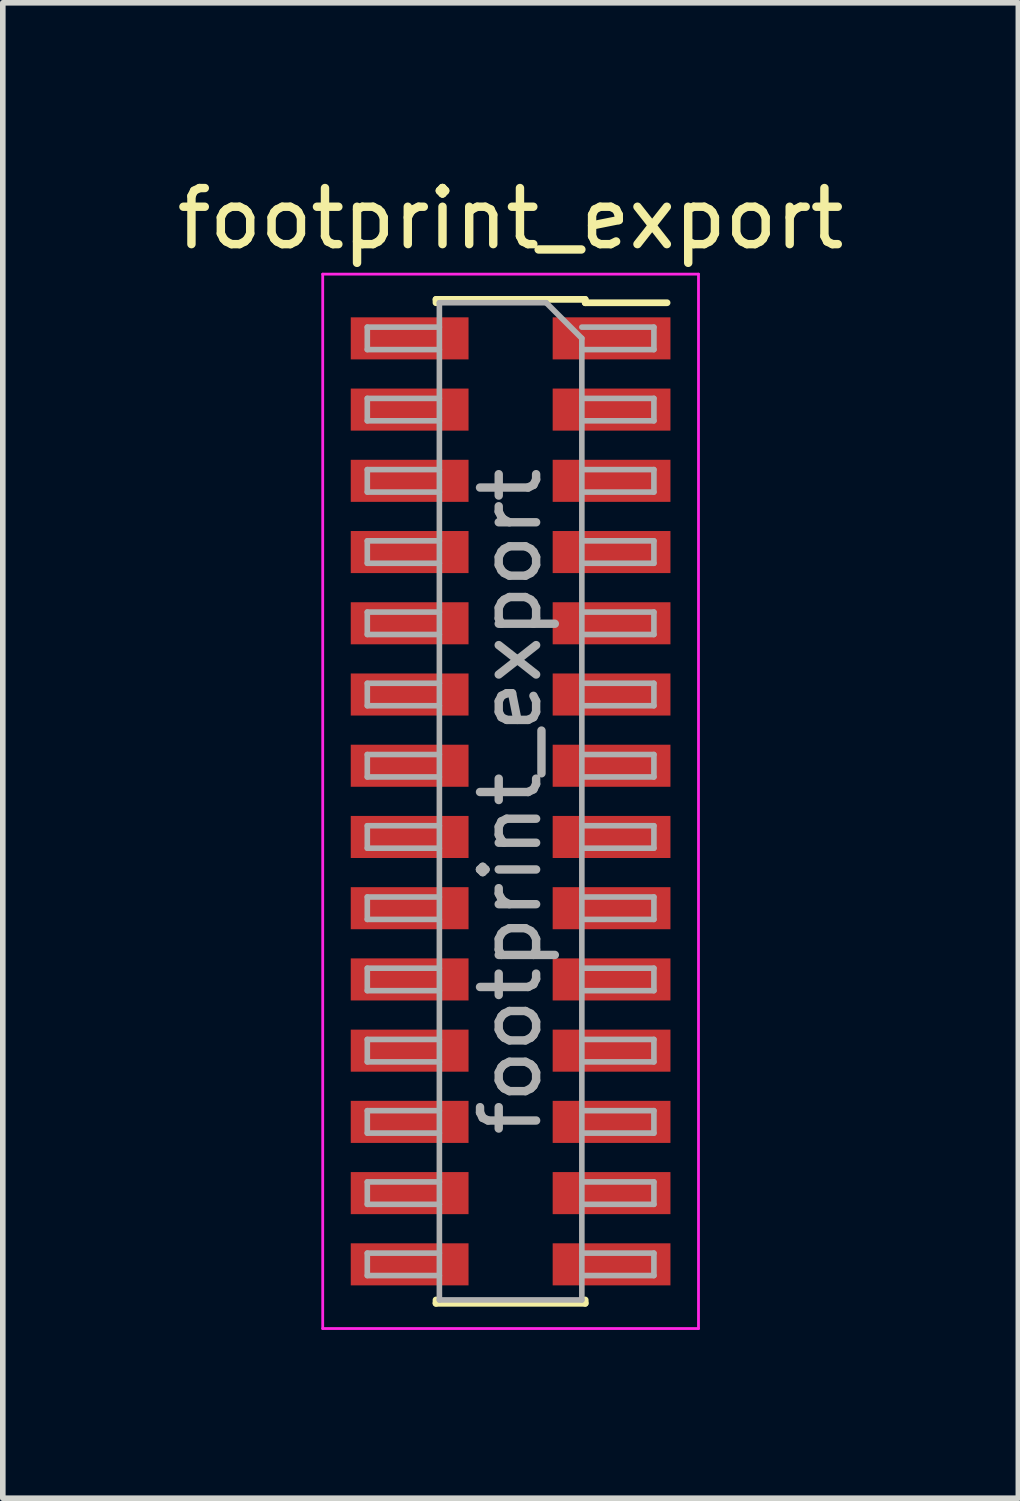
<source format=kicad_pcb>
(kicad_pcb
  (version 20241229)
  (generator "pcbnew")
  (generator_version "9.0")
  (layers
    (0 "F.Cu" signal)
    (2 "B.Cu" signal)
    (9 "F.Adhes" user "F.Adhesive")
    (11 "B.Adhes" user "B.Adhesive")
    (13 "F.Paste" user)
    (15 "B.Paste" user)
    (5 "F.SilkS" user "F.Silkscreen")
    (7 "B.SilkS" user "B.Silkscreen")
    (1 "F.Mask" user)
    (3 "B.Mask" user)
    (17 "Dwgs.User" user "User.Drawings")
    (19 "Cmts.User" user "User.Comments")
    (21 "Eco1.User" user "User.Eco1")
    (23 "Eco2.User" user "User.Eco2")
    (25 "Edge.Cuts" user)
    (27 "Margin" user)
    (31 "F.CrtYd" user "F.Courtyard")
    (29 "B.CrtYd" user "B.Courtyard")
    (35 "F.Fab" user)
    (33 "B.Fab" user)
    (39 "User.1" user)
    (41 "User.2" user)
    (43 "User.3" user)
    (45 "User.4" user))
  (footprint "footprint_export"
    (layer "F.Cu")
    (at 6.054 11.238)
    (property "Reference" "footprint_export" (at 0 -10.39 0) (layer "F.SilkS") (effects (font (size 1 1) (thickness 0.15))))
    (attr smd)
    (fp_line (start -1.33 -8.95) (end -1.33 -8.89) (stroke (width 0.12) (type solid)) (layer "F.SilkS"))
    (fp_line (start -1.33 -8.95) (end 1.33 -8.95) (stroke (width 0.12) (type solid)) (layer "F.SilkS"))
    (fp_line (start -1.33 8.89) (end -1.33 8.95) (stroke (width 0.12) (type solid)) (layer "F.SilkS"))
    (fp_line (start -1.33 8.95) (end 1.33 8.95) (stroke (width 0.12) (type solid)) (layer "F.SilkS"))
    (fp_line (start 1.33 -8.95) (end 1.33 -8.89) (stroke (width 0.12) (type solid)) (layer "F.SilkS"))
    (fp_line (start 1.33 -8.89) (end 2.79 -8.89) (stroke (width 0.12) (type solid)) (layer "F.SilkS"))
    (fp_line (start 1.33 8.89) (end 1.33 8.95) (stroke (width 0.12) (type solid)) (layer "F.SilkS"))
    (fp_line (start -3.35 -9.4) (end 3.35 -9.4) (stroke (width 0.05) (type solid)) (layer "F.CrtYd"))
    (fp_line (start -3.35 9.4) (end -3.35 -9.4) (stroke (width 0.05) (type solid)) (layer "F.CrtYd"))
    (fp_line (start 3.35 -9.4) (end 3.35 9.4) (stroke (width 0.05) (type solid)) (layer "F.CrtYd"))
    (fp_line (start 3.35 9.4) (end -3.35 9.4) (stroke (width 0.05) (type solid)) (layer "F.CrtYd"))
    (fp_line (start -2.555 -8.455) (end -1.27 -8.455) (stroke (width 0.1) (type solid)) (layer "F.Fab"))
    (fp_line (start -2.555 -8.055) (end -2.555 -8.455) (stroke (width 0.1) (type solid)) (layer "F.Fab"))
    (fp_line (start -2.555 -7.185) (end -1.27 -7.185) (stroke (width 0.1) (type solid)) (layer "F.Fab"))
    (fp_line (start -2.555 -6.785) (end -2.555 -7.185) (stroke (width 0.1) (type solid)) (layer "F.Fab"))
    (fp_line (start -2.555 -5.915) (end -1.27 -5.915) (stroke (width 0.1) (type solid)) (layer "F.Fab"))
    (fp_line (start -2.555 -5.515) (end -2.555 -5.915) (stroke (width 0.1) (type solid)) (layer "F.Fab"))
    (fp_line (start -2.555 -4.645) (end -1.27 -4.645) (stroke (width 0.1) (type solid)) (layer "F.Fab"))
    (fp_line (start -2.555 -4.245) (end -2.555 -4.645) (stroke (width 0.1) (type solid)) (layer "F.Fab"))
    (fp_line (start -2.555 -3.375) (end -1.27 -3.375) (stroke (width 0.1) (type solid)) (layer "F.Fab"))
    (fp_line (start -2.555 -2.975) (end -2.555 -3.375) (stroke (width 0.1) (type solid)) (layer "F.Fab"))
    (fp_line (start -2.555 -2.105) (end -1.27 -2.105) (stroke (width 0.1) (type solid)) (layer "F.Fab"))
    (fp_line (start -2.555 -1.705) (end -2.555 -2.105) (stroke (width 0.1) (type solid)) (layer "F.Fab"))
    (fp_line (start -2.555 -0.835) (end -1.27 -0.835) (stroke (width 0.1) (type solid)) (layer "F.Fab"))
    (fp_line (start -2.555 -0.435) (end -2.555 -0.835) (stroke (width 0.1) (type solid)) (layer "F.Fab"))
    (fp_line (start -2.555 0.435) (end -1.27 0.435) (stroke (width 0.1) (type solid)) (layer "F.Fab"))
    (fp_line (start -2.555 0.835) (end -2.555 0.435) (stroke (width 0.1) (type solid)) (layer "F.Fab"))
    (fp_line (start -2.555 1.705) (end -1.27 1.705) (stroke (width 0.1) (type solid)) (layer "F.Fab"))
    (fp_line (start -2.555 2.105) (end -2.555 1.705) (stroke (width 0.1) (type solid)) (layer "F.Fab"))
    (fp_line (start -2.555 2.975) (end -1.27 2.975) (stroke (width 0.1) (type solid)) (layer "F.Fab"))
    (fp_line (start -2.555 3.375) (end -2.555 2.975) (stroke (width 0.1) (type solid)) (layer "F.Fab"))
    (fp_line (start -2.555 4.245) (end -1.27 4.245) (stroke (width 0.1) (type solid)) (layer "F.Fab"))
    (fp_line (start -2.555 4.645) (end -2.555 4.245) (stroke (width 0.1) (type solid)) (layer "F.Fab"))
    (fp_line (start -2.555 5.515) (end -1.27 5.515) (stroke (width 0.1) (type solid)) (layer "F.Fab"))
    (fp_line (start -2.555 5.915) (end -2.555 5.515) (stroke (width 0.1) (type solid)) (layer "F.Fab"))
    (fp_line (start -2.555 6.785) (end -1.27 6.785) (stroke (width 0.1) (type solid)) (layer "F.Fab"))
    (fp_line (start -2.555 7.185) (end -2.555 6.785) (stroke (width 0.1) (type solid)) (layer "F.Fab"))
    (fp_line (start -2.555 8.055) (end -1.27 8.055) (stroke (width 0.1) (type solid)) (layer "F.Fab"))
    (fp_line (start -2.555 8.455) (end -2.555 8.055) (stroke (width 0.1) (type solid)) (layer "F.Fab"))
    (fp_line (start -1.27 -8.89) (end 0.635 -8.89) (stroke (width 0.1) (type solid)) (layer "F.Fab"))
    (fp_line (start -1.27 -8.055) (end -2.555 -8.055) (stroke (width 0.1) (type solid)) (layer "F.Fab"))
    (fp_line (start -1.27 -6.785) (end -2.555 -6.785) (stroke (width 0.1) (type solid)) (layer "F.Fab"))
    (fp_line (start -1.27 -5.515) (end -2.555 -5.515) (stroke (width 0.1) (type solid)) (layer "F.Fab"))
    (fp_line (start -1.27 -4.245) (end -2.555 -4.245) (stroke (width 0.1) (type solid)) (layer "F.Fab"))
    (fp_line (start -1.27 -2.975) (end -2.555 -2.975) (stroke (width 0.1) (type solid)) (layer "F.Fab"))
    (fp_line (start -1.27 -1.705) (end -2.555 -1.705) (stroke (width 0.1) (type solid)) (layer "F.Fab"))
    (fp_line (start -1.27 -0.435) (end -2.555 -0.435) (stroke (width 0.1) (type solid)) (layer "F.Fab"))
    (fp_line (start -1.27 0.835) (end -2.555 0.835) (stroke (width 0.1) (type solid)) (layer "F.Fab"))
    (fp_line (start -1.27 2.105) (end -2.555 2.105) (stroke (width 0.1) (type solid)) (layer "F.Fab"))
    (fp_line (start -1.27 3.375) (end -2.555 3.375) (stroke (width 0.1) (type solid)) (layer "F.Fab"))
    (fp_line (start -1.27 4.645) (end -2.555 4.645) (stroke (width 0.1) (type solid)) (layer "F.Fab"))
    (fp_line (start -1.27 5.915) (end -2.555 5.915) (stroke (width 0.1) (type solid)) (layer "F.Fab"))
    (fp_line (start -1.27 7.185) (end -2.555 7.185) (stroke (width 0.1) (type solid)) (layer "F.Fab"))
    (fp_line (start -1.27 8.455) (end -2.555 8.455) (stroke (width 0.1) (type solid)) (layer "F.Fab"))
    (fp_line (start -1.27 8.89) (end -1.27 -8.89) (stroke (width 0.1) (type solid)) (layer "F.Fab"))
    (fp_line (start 0.635 -8.89) (end 1.27 -8.255) (stroke (width 0.1) (type solid)) (layer "F.Fab"))
    (fp_line (start 1.27 -8.455) (end 2.555 -8.455) (stroke (width 0.1) (type solid)) (layer "F.Fab"))
    (fp_line (start 1.27 -8.255) (end 1.27 8.89) (stroke (width 0.1) (type solid)) (layer "F.Fab"))
    (fp_line (start 1.27 -7.185) (end 2.555 -7.185) (stroke (width 0.1) (type solid)) (layer "F.Fab"))
    (fp_line (start 1.27 -5.915) (end 2.555 -5.915) (stroke (width 0.1) (type solid)) (layer "F.Fab"))
    (fp_line (start 1.27 -4.645) (end 2.555 -4.645) (stroke (width 0.1) (type solid)) (layer "F.Fab"))
    (fp_line (start 1.27 -3.375) (end 2.555 -3.375) (stroke (width 0.1) (type solid)) (layer "F.Fab"))
    (fp_line (start 1.27 -2.105) (end 2.555 -2.105) (stroke (width 0.1) (type solid)) (layer "F.Fab"))
    (fp_line (start 1.27 -0.835) (end 2.555 -0.835) (stroke (width 0.1) (type solid)) (layer "F.Fab"))
    (fp_line (start 1.27 0.435) (end 2.555 0.435) (stroke (width 0.1) (type solid)) (layer "F.Fab"))
    (fp_line (start 1.27 1.705) (end 2.555 1.705) (stroke (width 0.1) (type solid)) (layer "F.Fab"))
    (fp_line (start 1.27 2.975) (end 2.555 2.975) (stroke (width 0.1) (type solid)) (layer "F.Fab"))
    (fp_line (start 1.27 4.245) (end 2.555 4.245) (stroke (width 0.1) (type solid)) (layer "F.Fab"))
    (fp_line (start 1.27 5.515) (end 2.555 5.515) (stroke (width 0.1) (type solid)) (layer "F.Fab"))
    (fp_line (start 1.27 6.785) (end 2.555 6.785) (stroke (width 0.1) (type solid)) (layer "F.Fab"))
    (fp_line (start 1.27 8.055) (end 2.555 8.055) (stroke (width 0.1) (type solid)) (layer "F.Fab"))
    (fp_line (start 1.27 8.89) (end -1.27 8.89) (stroke (width 0.1) (type solid)) (layer "F.Fab"))
    (fp_line (start 2.555 -8.455) (end 2.555 -8.055) (stroke (width 0.1) (type solid)) (layer "F.Fab"))
    (fp_line (start 2.555 -8.055) (end 1.27 -8.055) (stroke (width 0.1) (type solid)) (layer "F.Fab"))
    (fp_line (start 2.555 -7.185) (end 2.555 -6.785) (stroke (width 0.1) (type solid)) (layer "F.Fab"))
    (fp_line (start 2.555 -6.785) (end 1.27 -6.785) (stroke (width 0.1) (type solid)) (layer "F.Fab"))
    (fp_line (start 2.555 -5.915) (end 2.555 -5.515) (stroke (width 0.1) (type solid)) (layer "F.Fab"))
    (fp_line (start 2.555 -5.515) (end 1.27 -5.515) (stroke (width 0.1) (type solid)) (layer "F.Fab"))
    (fp_line (start 2.555 -4.645) (end 2.555 -4.245) (stroke (width 0.1) (type solid)) (layer "F.Fab"))
    (fp_line (start 2.555 -4.245) (end 1.27 -4.245) (stroke (width 0.1) (type solid)) (layer "F.Fab"))
    (fp_line (start 2.555 -3.375) (end 2.555 -2.975) (stroke (width 0.1) (type solid)) (layer "F.Fab"))
    (fp_line (start 2.555 -2.975) (end 1.27 -2.975) (stroke (width 0.1) (type solid)) (layer "F.Fab"))
    (fp_line (start 2.555 -2.105) (end 2.555 -1.705) (stroke (width 0.1) (type solid)) (layer "F.Fab"))
    (fp_line (start 2.555 -1.705) (end 1.27 -1.705) (stroke (width 0.1) (type solid)) (layer "F.Fab"))
    (fp_line (start 2.555 -0.835) (end 2.555 -0.435) (stroke (width 0.1) (type solid)) (layer "F.Fab"))
    (fp_line (start 2.555 -0.435) (end 1.27 -0.435) (stroke (width 0.1) (type solid)) (layer "F.Fab"))
    (fp_line (start 2.555 0.435) (end 2.555 0.835) (stroke (width 0.1) (type solid)) (layer "F.Fab"))
    (fp_line (start 2.555 0.835) (end 1.27 0.835) (stroke (width 0.1) (type solid)) (layer "F.Fab"))
    (fp_line (start 2.555 1.705) (end 2.555 2.105) (stroke (width 0.1) (type solid)) (layer "F.Fab"))
    (fp_line (start 2.555 2.105) (end 1.27 2.105) (stroke (width 0.1) (type solid)) (layer "F.Fab"))
    (fp_line (start 2.555 2.975) (end 2.555 3.375) (stroke (width 0.1) (type solid)) (layer "F.Fab"))
    (fp_line (start 2.555 3.375) (end 1.27 3.375) (stroke (width 0.1) (type solid)) (layer "F.Fab"))
    (fp_line (start 2.555 4.245) (end 2.555 4.645) (stroke (width 0.1) (type solid)) (layer "F.Fab"))
    (fp_line (start 2.555 4.645) (end 1.27 4.645) (stroke (width 0.1) (type solid)) (layer "F.Fab"))
    (fp_line (start 2.555 5.515) (end 2.555 5.915) (stroke (width 0.1) (type solid)) (layer "F.Fab"))
    (fp_line (start 2.555 5.915) (end 1.27 5.915) (stroke (width 0.1) (type solid)) (layer "F.Fab"))
    (fp_line (start 2.555 6.785) (end 2.555 7.185) (stroke (width 0.1) (type solid)) (layer "F.Fab"))
    (fp_line (start 2.555 7.185) (end 1.27 7.185) (stroke (width 0.1) (type solid)) (layer "F.Fab"))
    (fp_line (start 2.555 8.055) (end 2.555 8.455) (stroke (width 0.1) (type solid)) (layer "F.Fab"))
    (fp_line (start 2.555 8.455) (end 1.27 8.455) (stroke (width 0.1) (type solid)) (layer "F.Fab"))
    (fp_text user "${REFERENCE}" (at 0 0 90) (layer "F.Fab") (effects (font (size 1 1) (thickness 0.15))))
    (pad "1" smd rect (at 1.8 -8.255) (size 2.1 0.75) (layers "F.Cu" "F.Mask" "F.Paste"))
    (pad "2" smd rect (at -1.8 -8.255) (size 2.1 0.75) (layers "F.Cu" "F.Mask" "F.Paste"))
    (pad "3" smd rect (at 1.8 -6.985) (size 2.1 0.75) (layers "F.Cu" "F.Mask" "F.Paste"))
    (pad "4" smd rect (at -1.8 -6.985) (size 2.1 0.75) (layers "F.Cu" "F.Mask" "F.Paste"))
    (pad "5" smd rect (at 1.8 -5.715) (size 2.1 0.75) (layers "F.Cu" "F.Mask" "F.Paste"))
    (pad "6" smd rect (at -1.8 -5.715) (size 2.1 0.75) (layers "F.Cu" "F.Mask" "F.Paste"))
    (pad "7" smd rect (at 1.8 -4.445) (size 2.1 0.75) (layers "F.Cu" "F.Mask" "F.Paste"))
    (pad "8" smd rect (at -1.8 -4.445) (size 2.1 0.75) (layers "F.Cu" "F.Mask" "F.Paste"))
    (pad "9" smd rect (at 1.8 -3.175) (size 2.1 0.75) (layers "F.Cu" "F.Mask" "F.Paste"))
    (pad "10" smd rect (at -1.8 -3.175) (size 2.1 0.75) (layers "F.Cu" "F.Mask" "F.Paste"))
    (pad "11" smd rect (at 1.8 -1.905) (size 2.1 0.75) (layers "F.Cu" "F.Mask" "F.Paste"))
    (pad "12" smd rect (at -1.8 -1.905) (size 2.1 0.75) (layers "F.Cu" "F.Mask" "F.Paste"))
    (pad "13" smd rect (at 1.8 -0.635) (size 2.1 0.75) (layers "F.Cu" "F.Mask" "F.Paste"))
    (pad "14" smd rect (at -1.8 -0.635) (size 2.1 0.75) (layers "F.Cu" "F.Mask" "F.Paste"))
    (pad "15" smd rect (at 1.8 0.635) (size 2.1 0.75) (layers "F.Cu" "F.Mask" "F.Paste"))
    (pad "16" smd rect (at -1.8 0.635) (size 2.1 0.75) (layers "F.Cu" "F.Mask" "F.Paste"))
    (pad "17" smd rect (at 1.8 1.905) (size 2.1 0.75) (layers "F.Cu" "F.Mask" "F.Paste"))
    (pad "18" smd rect (at -1.8 1.905) (size 2.1 0.75) (layers "F.Cu" "F.Mask" "F.Paste"))
    (pad "19" smd rect (at 1.8 3.175) (size 2.1 0.75) (layers "F.Cu" "F.Mask" "F.Paste"))
    (pad "20" smd rect (at -1.8 3.175) (size 2.1 0.75) (layers "F.Cu" "F.Mask" "F.Paste"))
    (pad "21" smd rect (at 1.8 4.445) (size 2.1 0.75) (layers "F.Cu" "F.Mask" "F.Paste"))
    (pad "22" smd rect (at -1.8 4.445) (size 2.1 0.75) (layers "F.Cu" "F.Mask" "F.Paste"))
    (pad "23" smd rect (at 1.8 5.715) (size 2.1 0.75) (layers "F.Cu" "F.Mask" "F.Paste"))
    (pad "24" smd rect (at -1.8 5.715) (size 2.1 0.75) (layers "F.Cu" "F.Mask" "F.Paste"))
    (pad "25" smd rect (at 1.8 6.985) (size 2.1 0.75) (layers "F.Cu" "F.Mask" "F.Paste"))
    (pad "26" smd rect (at -1.8 6.985) (size 2.1 0.75) (layers "F.Cu" "F.Mask" "F.Paste"))
    (pad "27" smd rect (at 1.8 8.255) (size 2.1 0.75) (layers "F.Cu" "F.Mask" "F.Paste"))
    (pad "28" smd rect (at -1.8 8.255) (size 2.1 0.75) (layers "F.Cu" "F.Mask" "F.Paste")))
  (gr_rect
    (start -3 -3)
    (end 15.107 23.663)
    (stroke (width 0.1) (type default))
    (fill no)
    (layer "Edge.Cuts")))
</source>
